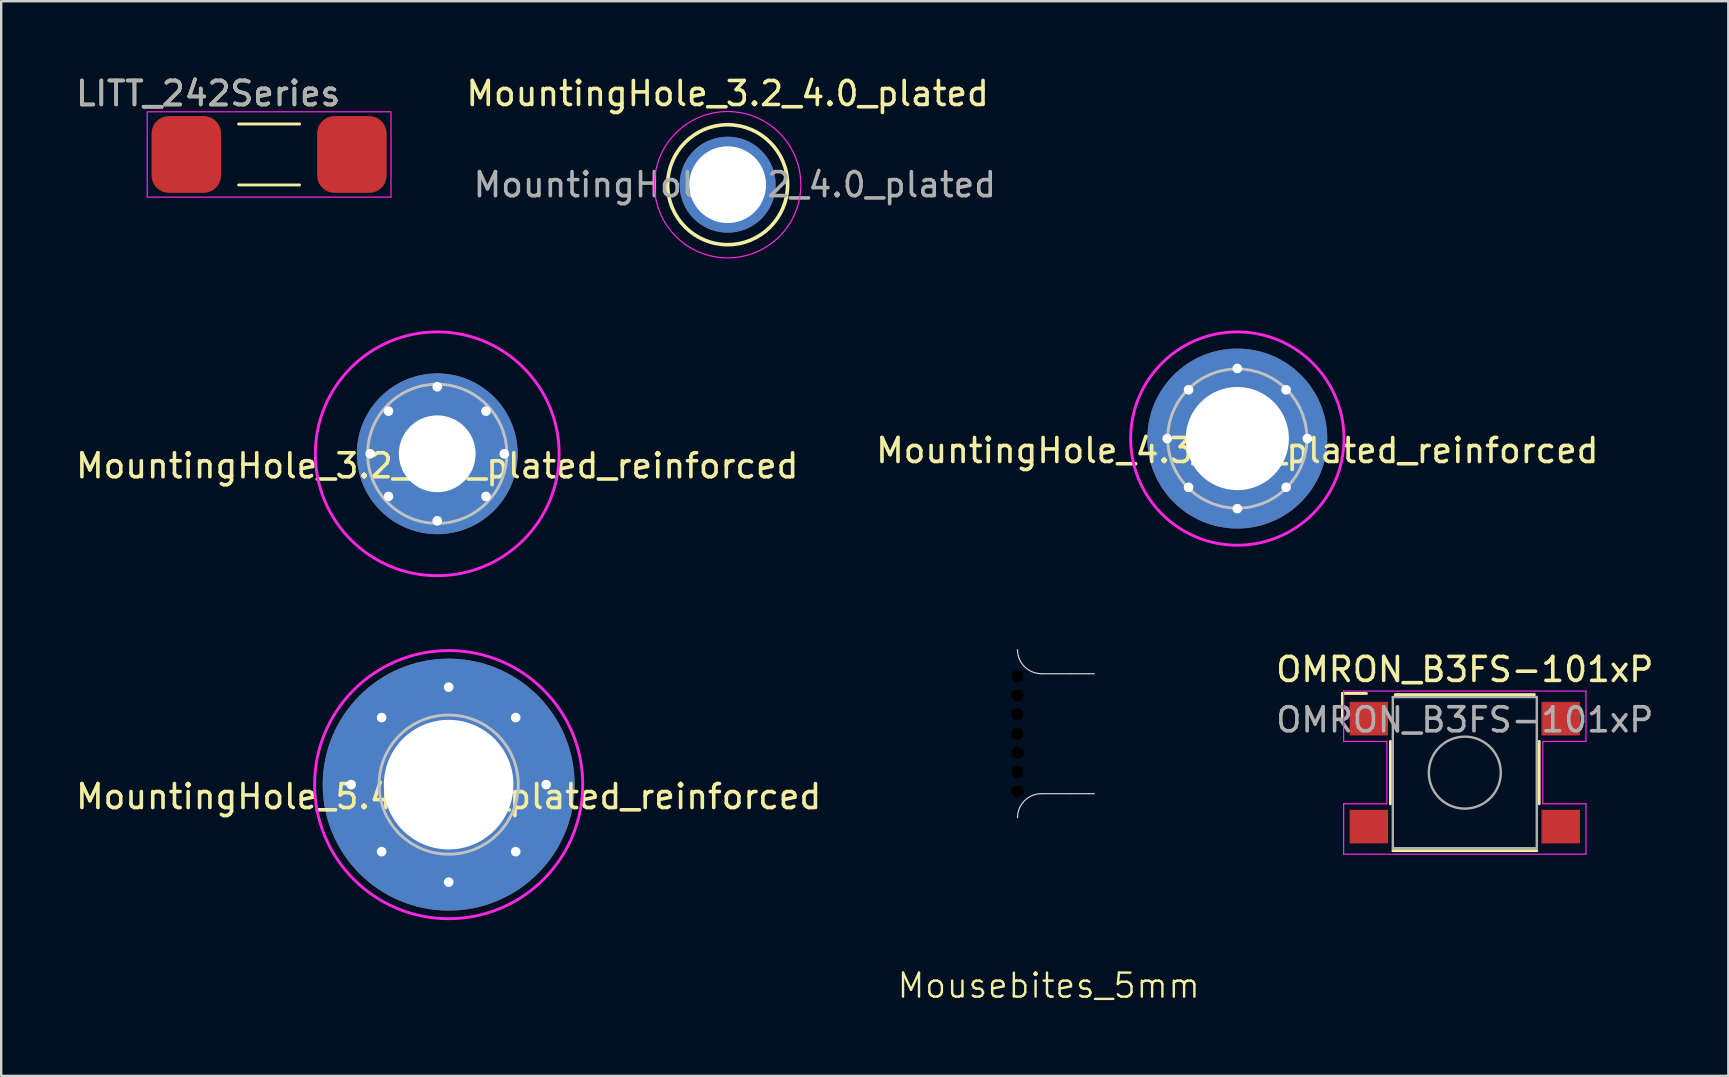
<source format=kicad_pcb>
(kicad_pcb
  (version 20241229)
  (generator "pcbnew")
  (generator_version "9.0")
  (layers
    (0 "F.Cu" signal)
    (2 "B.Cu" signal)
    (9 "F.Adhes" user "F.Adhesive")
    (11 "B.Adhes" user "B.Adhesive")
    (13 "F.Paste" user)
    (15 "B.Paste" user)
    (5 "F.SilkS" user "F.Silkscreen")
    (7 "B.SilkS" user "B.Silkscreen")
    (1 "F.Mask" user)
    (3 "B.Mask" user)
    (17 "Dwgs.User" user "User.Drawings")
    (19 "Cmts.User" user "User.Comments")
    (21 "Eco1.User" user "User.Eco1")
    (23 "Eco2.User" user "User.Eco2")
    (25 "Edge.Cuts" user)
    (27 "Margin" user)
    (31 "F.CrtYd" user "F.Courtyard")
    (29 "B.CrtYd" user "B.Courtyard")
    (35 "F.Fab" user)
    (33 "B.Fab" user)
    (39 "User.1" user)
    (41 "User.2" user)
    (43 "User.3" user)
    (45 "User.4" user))
  (footprint "Mousebites_5mm"
    (layer "F.Cu")
    (at 39.157 27.528)
    (property "Reference" "Mousebites_5mm" (at 1.5 10.5 0) (unlocked yes) (layer "F.SilkS") (effects (font (size 1 1) (thickness 0.1))))
    (attr smd)
    (fp_line (start 1.2 -2.5) (end 2.4 -2.5) (stroke (width 0.05) (type default)) (layer "Edge.Cuts"))
    (fp_line (start 1.2 2.5) (end 2.4 2.5) (stroke (width 0.05) (type default)) (layer "Edge.Cuts"))
    (fp_line (start 2.4 -2.5) (end 3.4 -2.5) (stroke (width 0.05) (type default)) (layer "Edge.Cuts"))
    (fp_line (start 2.4 2.5) (end 3.4 2.5) (stroke (width 0.05) (type default)) (layer "Edge.Cuts"))
    (fp_arc (start 0.2 3.5) (mid 0.492893 2.792893) (end 1.2 2.5) (stroke (width 0.05) (type default)) (layer "Edge.Cuts"))
    (fp_arc (start 1.2 -2.5) (mid 0.492893 -2.792893) (end 0.2 -3.5) (stroke (width 0.05) (type default)) (layer "Edge.Cuts"))
    (pad "" np_thru_hole circle (at 0.2 -2.4) (size 0.5 0.5) (drill 0.5) (layers "*.Mask"))
    (pad "" np_thru_hole circle (at 0.2 -1.6) (size 0.5 0.5) (drill 0.5) (layers "*.Mask"))
    (pad "" np_thru_hole circle (at 0.2 -0.8) (size 0.5 0.5) (drill 0.5) (layers "*.Mask"))
    (pad "" np_thru_hole circle (at 0.2 -0.000001) (size 0.5 0.5) (drill 0.5) (layers "*.Mask"))
    (pad "" np_thru_hole circle (at 0.2 0.8) (size 0.5 0.5) (drill 0.5) (layers "*.Mask"))
    (pad "" np_thru_hole circle (at 0.2 1.6) (size 0.5 0.5) (drill 0.5) (layers "*.Mask"))
    (pad "" np_thru_hole circle (at 0.2 2.4) (size 0.5 0.5) (drill 0.5) (layers "*.Mask")))
  (footprint "OMRON_B3FS-101xP"
    (layer "F.Cu")
    (at 57.999 29.151)
    (property "Reference" "OMRON_B3FS-101xP" (at 0 -4.3 0) (layer "F.SilkS") (effects (font (size 1 1) (thickness 0.15))))
    (attr smd)
    (fp_line (start -5.1 -3.3) (end -4.1 -3.3) (stroke (width 0.12) (type solid)) (layer "F.SilkS"))
    (fp_line (start -5.1 -2.3) (end -5.1 -3.3) (stroke (width 0.12) (type solid)) (layer "F.SilkS"))
    (fp_line (start -3.1 -1.3) (end -3.1 1.3) (stroke (width 0.12) (type solid)) (layer "F.SilkS"))
    (fp_line (start 2.9 -3.25) (end -2.9 -3.25) (stroke (width 0.12) (type solid)) (layer "F.SilkS"))
    (fp_line (start 3 3.25) (end -3 3.25) (stroke (width 0.12) (type solid)) (layer "F.SilkS"))
    (fp_line (start 3.1 -1.3) (end 3.1 1.3) (stroke (width 0.12) (type solid)) (layer "F.SilkS"))
    (fp_line (start -5.05 -3.4) (end 5.05 -3.4) (stroke (width 0.05) (type solid)) (layer "F.CrtYd"))
    (fp_line (start -5.05 -1.3) (end -5.05 -3.4) (stroke (width 0.05) (type solid)) (layer "F.CrtYd"))
    (fp_line (start -5.05 1.3) (end -3.25 1.3) (stroke (width 0.05) (type solid)) (layer "F.CrtYd"))
    (fp_line (start -5.05 3.4) (end -5.05 1.3) (stroke (width 0.05) (type solid)) (layer "F.CrtYd"))
    (fp_line (start -3.25 -1.3) (end -5.05 -1.3) (stroke (width 0.05) (type solid)) (layer "F.CrtYd"))
    (fp_line (start -3.25 1.3) (end -3.25 -1.3) (stroke (width 0.05) (type solid)) (layer "F.CrtYd"))
    (fp_line (start 3.25 -1.3) (end 3.25 1.3) (stroke (width 0.05) (type solid)) (layer "F.CrtYd"))
    (fp_line (start 3.25 1.3) (end 5.05 1.3) (stroke (width 0.05) (type solid)) (layer "F.CrtYd"))
    (fp_line (start 5.05 -3.4) (end 5.05 -1.3) (stroke (width 0.05) (type solid)) (layer "F.CrtYd"))
    (fp_line (start 5.05 -1.3) (end 3.25 -1.3) (stroke (width 0.05) (type solid)) (layer "F.CrtYd"))
    (fp_line (start 5.05 1.3) (end 5.05 3.4) (stroke (width 0.05) (type solid)) (layer "F.CrtYd"))
    (fp_line (start 5.05 3.4) (end -5.05 3.4) (stroke (width 0.05) (type solid)) (layer "F.CrtYd"))
    (fp_line (start -3 -3.15) (end 3 -3.15) (stroke (width 0.1) (type solid)) (layer "F.Fab"))
    (fp_line (start -3 3.15) (end -3 -3.15) (stroke (width 0.1) (type solid)) (layer "F.Fab"))
    (fp_line (start 3 -3.15) (end 3 3.15) (stroke (width 0.1) (type solid)) (layer "F.Fab"))
    (fp_line (start 3 3.15) (end -3 3.15) (stroke (width 0.1) (type solid)) (layer "F.Fab"))
    (fp_circle (center 0 0) (end 1.5 0) (stroke (width 0.1) (type solid)) (fill no) (layer "F.Fab"))
    (fp_text user "${REFERENCE}" (at 0 -2.2 0) (layer "F.Fab") (effects (font (size 1 1) (thickness 0.15))))
    (pad "1" smd rect (at -4 -2.25 180) (size 1.6 1.4) (layers "F.Cu" "F.Mask" "F.Paste"))
    (pad "2" smd rect (at 4 -2.25 180) (size 1.6 1.4) (layers "F.Cu" "F.Mask" "F.Paste"))
    (pad "3" smd rect (at -4 2.25 180) (size 1.6 1.4) (layers "F.Cu" "F.Mask" "F.Paste"))
    (pad "4" smd rect (at 4 2.25 180) (size 1.6 1.4) (layers "F.Cu" "F.Mask" "F.Paste")))
  (footprint "MountingHole_3.2_4.0_plated"
    (layer "F.Cu")
    (at 27.276 4.648)
    (property "Reference" "MountingHole_3.2_4.0_plated" (at 0 -3.8 0) (layer "F.SilkS") (effects (font (size 1 1) (thickness 0.15))))
    (attr exclude_from_pos_files exclude_from_bom)
    (fp_circle (center 0 0) (end 2.5 0) (stroke (width 0.15) (type solid)) (fill no) (layer "F.SilkS"))
    (fp_circle (center 0 0) (end 3.05 0) (stroke (width 0.05) (type solid)) (fill no) (layer "F.CrtYd"))
    (fp_text user "${REFERENCE}" (at 0.3 0 0) (layer "F.Fab") (effects (font (size 1 1) (thickness 0.15))))
    (pad "1" thru_hole circle (at 0 0) (size 4 4) (drill 3.2) (layers "*.Cu" "*.Mask")))
  (footprint "LITT_242Series"
    (layer "F.Cu")
    (at 8.165 3.388)
    (property "Reference" "LITT_242Series" (at -2.54 -2.54 0) (unlocked yes) (layer "F.SilkS") (effects (font (size 1 1) (thickness 0.15))))
    (attr smd)
    (fp_line (start -1.27 -1.27) (end 1.27 -1.27) (stroke (width 0.12) (type solid)) (layer "F.SilkS"))
    (fp_line (start 1.27 1.27) (end -1.27 1.27) (stroke (width 0.12) (type solid)) (layer "F.SilkS"))
    (fp_rect (start -5.08 1.778) (end 5.08 -1.778) (stroke (width 0.05) (type solid)) (fill no) (layer "F.CrtYd"))
    (fp_text user "${REFERENCE}" (at -2.54 -2.54 0) (unlocked yes) (layer "F.Fab") (effects (font (size 1 1) (thickness 0.15))))
    (pad "1" smd roundrect (at -3.45 0) (size 2.9 3.2) (layers "F.Cu" "F.Mask" "F.Paste") (roundrect_rratio 0.25))
    (pad "2" smd roundrect (at 3.45 0) (size 2.9 3.2) (layers "F.Cu" "F.Mask" "F.Paste") (roundrect_rratio 0.25)))
  (footprint "MountingHole_3.2_6.7_plated_reinforced"
    (layer "F.Cu")
    (at 15.173 15.863)
    (property "Reference" "MountingHole_3.2_6.7_plated_reinforced" (at 0 0.5 0) (layer "F.SilkS") (effects (font (size 1 1) (thickness 0.15))))
    (attr through_hole)
    (fp_circle (center 0 0) (end 2.9 0) (stroke (width 0.12) (type solid)) (fill no) (layer "Dwgs.User"))
    (fp_circle (center 0 0) (end 5.08 0) (stroke (width 0.12) (type solid)) (fill no) (layer "F.CrtYd"))
    (pad "1" thru_hole circle (at -2.794 0) (size 1.1 1.1) (drill 0.4) (layers "*.Cu" "*.Mask"))
    (pad "1" thru_hole circle (at -2.032 -1.778) (size 1.1 1.1) (drill 0.4) (layers "*.Cu" "*.Mask"))
    (pad "1" thru_hole circle (at -2.032 1.778) (size 1.1 1.1) (drill 0.4) (layers "*.Cu" "*.Mask"))
    (pad "1" thru_hole circle (at 0 -2.794) (size 1.1 1.1) (drill 0.4) (layers "*.Cu" "*.Mask"))
    (pad "1" thru_hole circle (at 0 0) (size 6.7 6.7) (drill 3.2) (layers "*.Cu" "*.Mask"))
    (pad "1" thru_hole circle (at 0 2.794) (size 1.1 1.1) (drill 0.4) (layers "*.Cu" "*.Mask"))
    (pad "1" thru_hole circle (at 2.032 -1.778) (size 1.1 1.1) (drill 0.4) (layers "*.Cu" "*.Mask"))
    (pad "1" thru_hole circle (at 2.032 1.778) (size 1.1 1.1) (drill 0.4) (layers "*.Cu" "*.Mask"))
    (pad "1" thru_hole circle (at 2.794 0) (size 1.1 1.1) (drill 0.4) (layers "*.Cu" "*.Mask")))
  (footprint "MountingHole_5.4_10.5_plated_reinforced"
    (layer "F.Cu")
    (at 15.649 29.651)
    (property "Reference" "MountingHole_5.4_10.5_plated_reinforced" (at 0 0.5 0) (layer "F.SilkS") (effects (font (size 1 1) (thickness 0.15))))
    (attr through_hole)
    (fp_circle (center 0 0) (end 2.9 0) (stroke (width 0.12) (type solid)) (fill no) (layer "Dwgs.User"))
    (fp_circle (center 0 0) (end 5.588 0) (stroke (width 0.12) (type solid)) (fill no) (layer "F.CrtYd"))
    (pad "1" thru_hole circle (at -4.064 0) (size 1.1 1.1) (drill 0.4) (layers "*.Cu" "*.Mask"))
    (pad "1" thru_hole circle (at -2.794 -2.794) (size 1.1 1.1) (drill 0.4) (layers "*.Cu" "*.Mask"))
    (pad "1" thru_hole circle (at -2.794 2.794) (size 1.1 1.1) (drill 0.4) (layers "*.Cu" "*.Mask"))
    (pad "1" thru_hole circle (at 0 -4.064) (size 1.1 1.1) (drill 0.4) (layers "*.Cu" "*.Mask"))
    (pad "1" thru_hole circle (at 0 0) (size 10.5 10.5) (drill 5.4) (layers "*.Cu" "*.Mask"))
    (pad "1" thru_hole circle (at 0 4.064) (size 1.1 1.1) (drill 0.4) (layers "*.Cu" "*.Mask"))
    (pad "1" thru_hole circle (at 2.794 -2.794) (size 1.1 1.1) (drill 0.4) (layers "*.Cu" "*.Mask"))
    (pad "1" thru_hole circle (at 2.794 2.794) (size 1.1 1.1) (drill 0.4) (layers "*.Cu" "*.Mask"))
    (pad "1" thru_hole circle (at 4.064 0) (size 1.1 1.1) (drill 0.4) (layers "*.Cu" "*.Mask")))
  (footprint "MountingHole_4.3_7.5_plated_reinforced"
    (layer "F.Cu")
    (at 48.518 15.228)
    (property "Reference" "MountingHole_4.3_7.5_plated_reinforced" (at 0 0.5 0) (layer "F.SilkS") (effects (font (size 1 1) (thickness 0.15))))
    (attr through_hole)
    (fp_circle (center 0 0) (end 2.9 0) (stroke (width 0.12) (type solid)) (fill no) (layer "Dwgs.User"))
    (fp_circle (center 0 0) (end 4.445 0) (stroke (width 0.12) (type solid)) (fill no) (layer "F.CrtYd"))
    (pad "1" thru_hole circle (at -2.921 0) (size 1.1 1.1) (drill 0.4) (layers "*.Cu" "*.Mask"))
    (pad "1" thru_hole circle (at -2.032 -2.032) (size 1.1 1.1) (drill 0.4) (layers "*.Cu" "*.Mask"))
    (pad "1" thru_hole circle (at -2.032 2.032) (size 1.1 1.1) (drill 0.4) (layers "*.Cu" "*.Mask"))
    (pad "1" thru_hole circle (at 0 -2.921) (size 1.1 1.1) (drill 0.4) (layers "*.Cu" "*.Mask"))
    (pad "1" thru_hole circle (at 0 0) (size 7.5 7.5) (drill 4.3) (layers "*.Cu" "*.Mask"))
    (pad "1" thru_hole circle (at 0 2.921) (size 1.1 1.1) (drill 0.4) (layers "*.Cu" "*.Mask"))
    (pad "1" thru_hole circle (at 2.032 -2.032) (size 1.1 1.1) (drill 0.4) (layers "*.Cu" "*.Mask"))
    (pad "1" thru_hole circle (at 2.032 2.032) (size 1.1 1.1) (drill 0.4) (layers "*.Cu" "*.Mask"))
    (pad "1" thru_hole circle (at 2.921 0) (size 1.1 1.1) (drill 0.4) (layers "*.Cu" "*.Mask")))
  (gr_rect
    (start -3 -3)
    (end 68.981 41.789)
    (stroke (width 0.1) (type default))
    (fill no)
    (layer "Edge.Cuts")))
</source>
